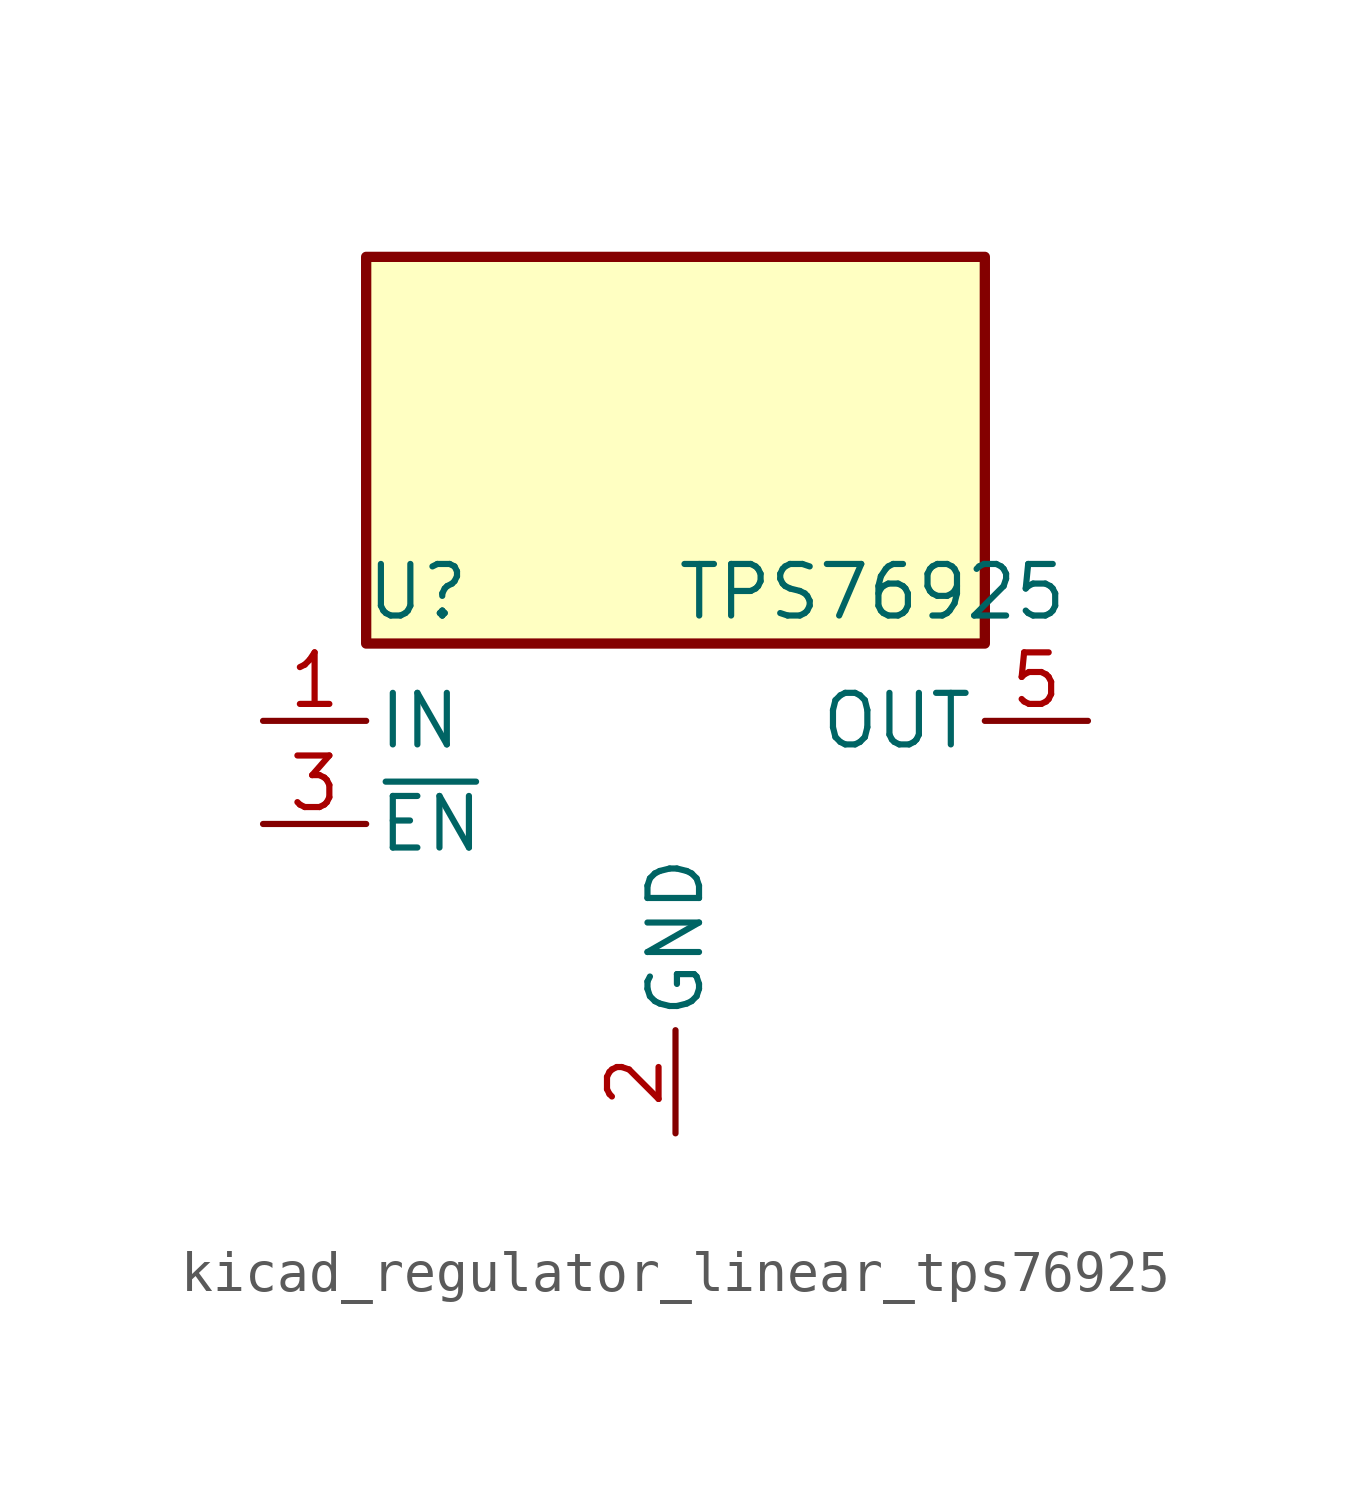
<source format=kicad_sym>
(kicad_symbol_lib
  (version 20220914)
  (generator kicad_symbol_editor)
  (symbol "kicad_regulator_linear_tps76925"
    (pin_names
      (offset 0.254))
    (property "Reference" "U"
      (at -6.35 5.715 0)
      (effects (font (size 1.27 1.27))))
    (property "Value" "TPS76925"
      (at 0 5.715 0)
      (effects (font (size 1.27 1.27)) (justify left)))
    (symbol "kicad_regulator_linear_tps76925_0_1"
      (rectangle (start 7.62 13.97) (end -7.62 4.445) (stroke (width 0.254) (type default)) (fill (type background))))
    (symbol "kicad_regulator_linear_tps76925_1_1"
      (pin power_in line (at -10.16 2.54 0) (length 2.54) (name "IN" (effects (font (size 1.27 1.27)))) (number "1" (effects (font (size 1.27 1.27)))))
      (pin power_in line (at 0 -7.62 90) (length 2.54) (name "GND" (effects (font (size 1.27 1.27)))) (number "2" (effects (font (size 1.27 1.27)))))
      (pin input line (at -10.16 0 0) (length 2.54) (name "~{EN}" (effects (font (size 1.27 1.27)))) (number "3" (effects (font (size 1.27 1.27)))))
      (pin no_connect line (at 7.62 0 180) (length 2.54) hide (name "NC" (effects (font (size 1.27 1.27)))) (number "4" (effects (font (size 1.27 1.27)))))
      (pin power_out line (at 10.16 2.54 180) (length 2.54) (name "OUT" (effects (font (size 1.27 1.27)))) (number "5" (effects (font (size 1.27 1.27))))))))
</source>
